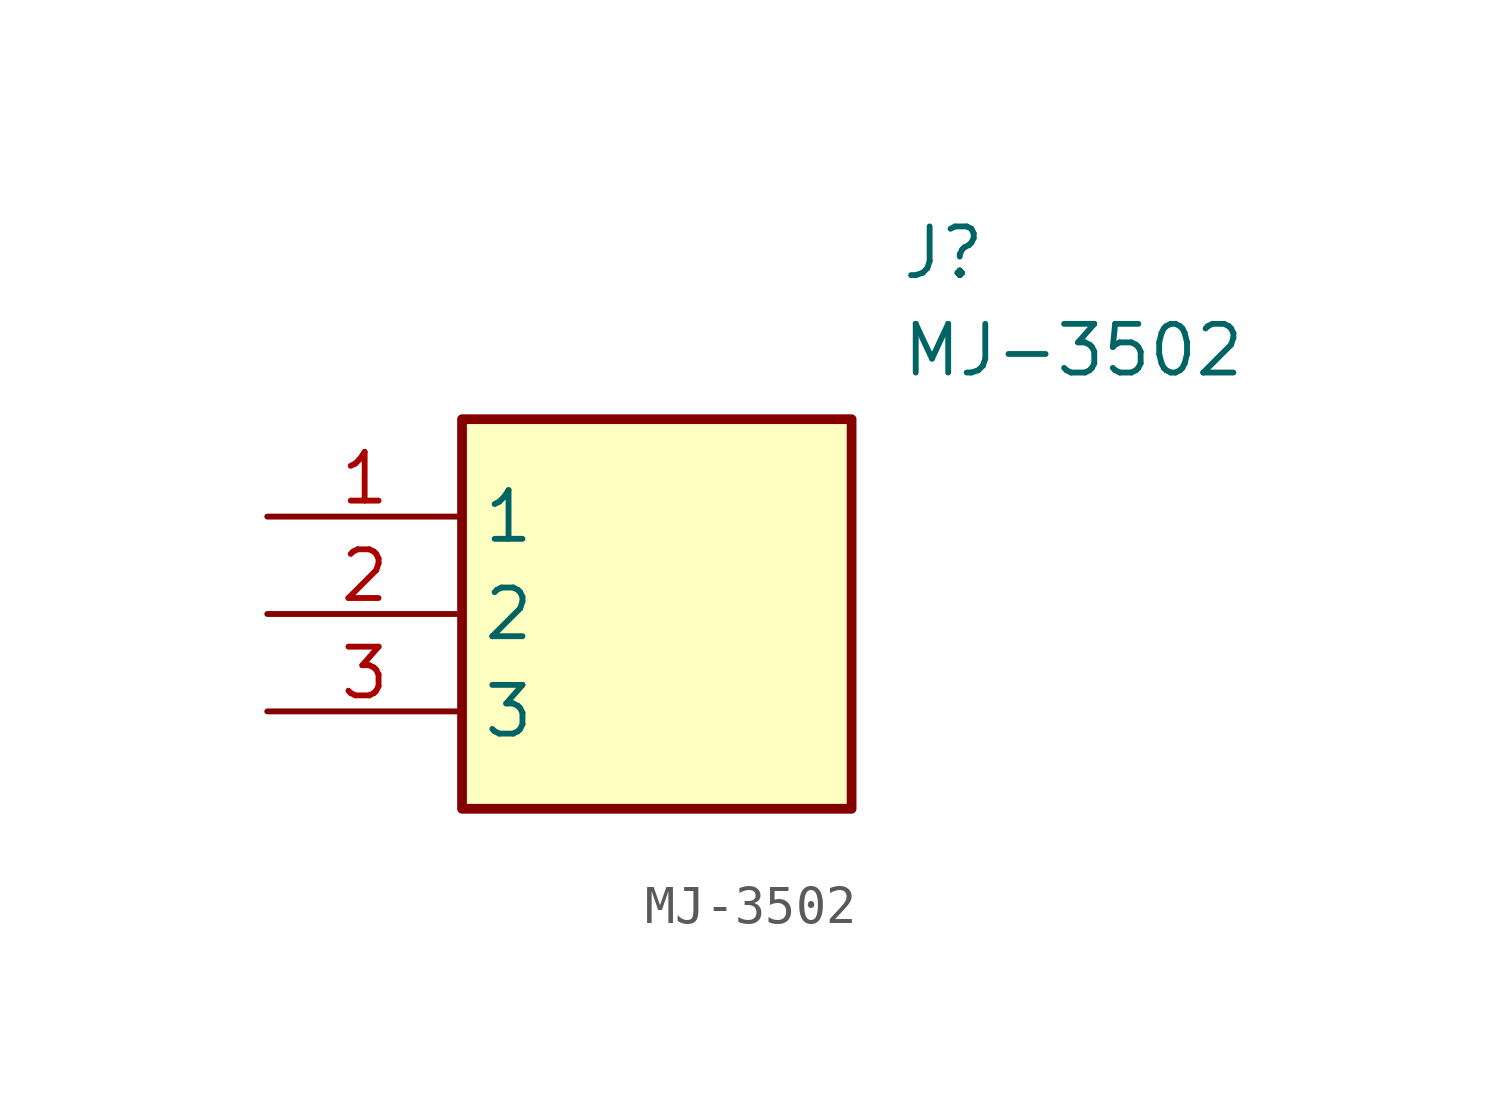
<source format=kicad_sym>
(kicad_symbol_lib
  (version 20211014)
  (generator SamacSys_ECAD_Model)
  (symbol "MJ-3502"
    (property "Reference" "J"
      (at 16.51 7.62 0)
      (effects (font (size 1.27 1.27)) (justify left top)))
    (property "Value" "MJ-3502"
      (at 16.51 5.08 0)
      (effects (font (size 1.27 1.27)) (justify left top)))
    (rectangle
      (start 5.08 2.54)
      (end 15.24 -7.62)
      (stroke (width 0.254) (type default))
      (fill (type background)))
    (pin passive line
      (at 0 0 0)
      (length 5.08)
      (name "1" (effects (font (size 1.27 1.27))))
      (number "1" (effects (font (size 1.27 1.27)))))
    (pin passive line
      (at 0 -2.54 0)
      (length 5.08)
      (name "2" (effects (font (size 1.27 1.27))))
      (number "2" (effects (font (size 1.27 1.27)))))
    (pin passive line
      (at 0 -5.08 0)
      (length 5.08)
      (name "3" (effects (font (size 1.27 1.27))))
      (number "3" (effects (font (size 1.27 1.27)))))))
</source>
